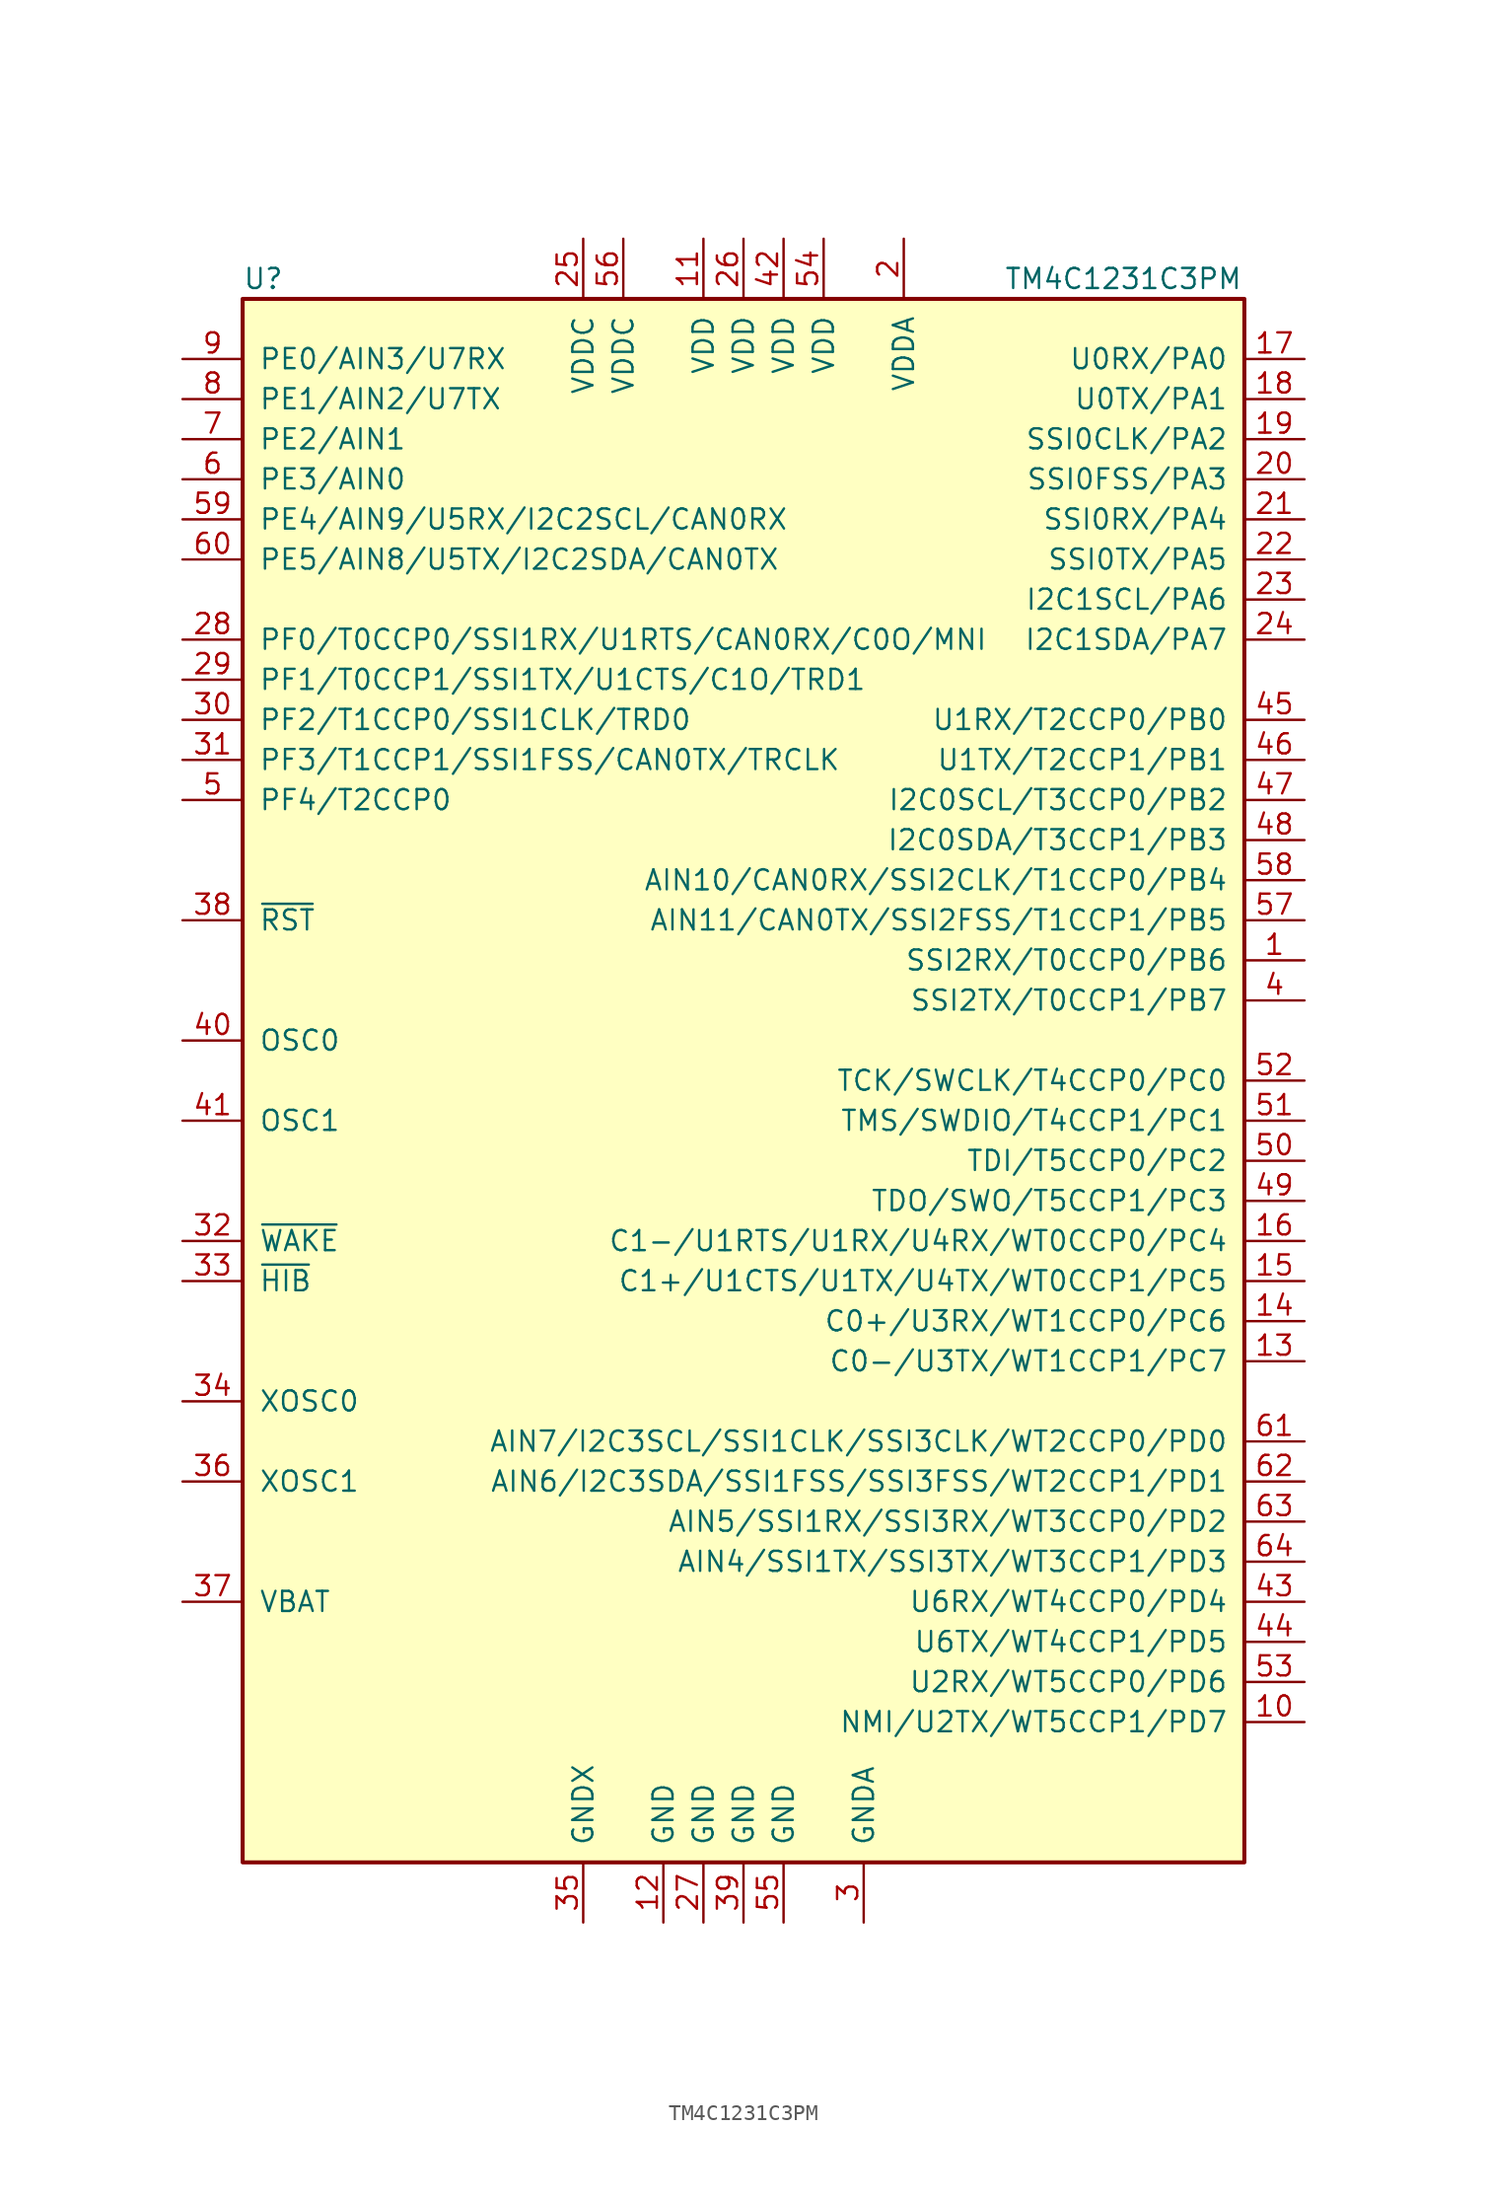
<source format=kicad_sym>
(kicad_symbol_lib
  (version 20231120)
  (generator "kicad_symbol_editor")
  (generator_version "8.0")
  (symbol "TM4C1231C3PM"
    (pin_names
      (offset 1.016))
    (property "Reference" "U"
      (at -31.75 50.8 0)
      (effects (font (size 1.27 1.27)) (justify left)))
    (property "Value" "TM4C1231C3PM"
      (at 16.51 50.8 0)
      (effects (font (size 1.27 1.27)) (justify left)))
    (symbol "TM4C1231C3PM_0_1"
      (rectangle (start -31.75 49.53) (end 31.75 -49.53) (stroke (width 0.254) (type default)) (fill (type background))))
    (symbol "TM4C1231C3PM_1_1"
      (pin bidirectional line (at 35.56 7.62 180) (length 3.81) (name "SSI2RX/T0CCP0/PB6" (effects (font (size 1.27 1.27)))) (number "1" (effects (font (size 1.27 1.27)))))
      (pin bidirectional line (at 35.56 -40.64 180) (length 3.81) (name "NMI/U2TX/WT5CCP1/PD7" (effects (font (size 1.27 1.27)))) (number "10" (effects (font (size 1.27 1.27)))))
      (pin power_in line (at -2.54 53.34 270) (length 3.81) (name "VDD" (effects (font (size 1.27 1.27)))) (number "11" (effects (font (size 1.27 1.27)))))
      (pin power_in line (at -5.08 -53.34 90) (length 3.81) (name "GND" (effects (font (size 1.27 1.27)))) (number "12" (effects (font (size 1.27 1.27)))))
      (pin bidirectional line (at 35.56 -17.78 180) (length 3.81) (name "C0-/U3TX/WT1CCP1/PC7" (effects (font (size 1.27 1.27)))) (number "13" (effects (font (size 1.27 1.27)))))
      (pin bidirectional line (at 35.56 -15.24 180) (length 3.81) (name "C0+/U3RX/WT1CCP0/PC6" (effects (font (size 1.27 1.27)))) (number "14" (effects (font (size 1.27 1.27)))))
      (pin bidirectional line (at 35.56 -12.7 180) (length 3.81) (name "C1+/U1CTS/U1TX/U4TX/WT0CCP1/PC5" (effects (font (size 1.27 1.27)))) (number "15" (effects (font (size 1.27 1.27)))))
      (pin bidirectional line (at 35.56 -10.16 180) (length 3.81) (name "C1-/U1RTS/U1RX/U4RX/WT0CCP0/PC4" (effects (font (size 1.27 1.27)))) (number "16" (effects (font (size 1.27 1.27)))))
      (pin bidirectional line (at 35.56 45.72 180) (length 3.81) (name "U0RX/PA0" (effects (font (size 1.27 1.27)))) (number "17" (effects (font (size 1.27 1.27)))))
      (pin bidirectional line (at 35.56 43.18 180) (length 3.81) (name "U0TX/PA1" (effects (font (size 1.27 1.27)))) (number "18" (effects (font (size 1.27 1.27)))))
      (pin bidirectional line (at 35.56 40.64 180) (length 3.81) (name "SSI0CLK/PA2" (effects (font (size 1.27 1.27)))) (number "19" (effects (font (size 1.27 1.27)))))
      (pin power_in line (at 10.16 53.34 270) (length 3.81) (name "VDDA" (effects (font (size 1.27 1.27)))) (number "2" (effects (font (size 1.27 1.27)))))
      (pin bidirectional line (at 35.56 38.1 180) (length 3.81) (name "SSI0FSS/PA3" (effects (font (size 1.27 1.27)))) (number "20" (effects (font (size 1.27 1.27)))))
      (pin bidirectional line (at 35.56 35.56 180) (length 3.81) (name "SSI0RX/PA4" (effects (font (size 1.27 1.27)))) (number "21" (effects (font (size 1.27 1.27)))))
      (pin bidirectional line (at 35.56 33.02 180) (length 3.81) (name "SSI0TX/PA5" (effects (font (size 1.27 1.27)))) (number "22" (effects (font (size 1.27 1.27)))))
      (pin bidirectional line (at 35.56 30.48 180) (length 3.81) (name "I2C1SCL/PA6" (effects (font (size 1.27 1.27)))) (number "23" (effects (font (size 1.27 1.27)))))
      (pin bidirectional line (at 35.56 27.94 180) (length 3.81) (name "I2C1SDA/PA7" (effects (font (size 1.27 1.27)))) (number "24" (effects (font (size 1.27 1.27)))))
      (pin power_in line (at -10.16 53.34 270) (length 3.81) (name "VDDC" (effects (font (size 1.27 1.27)))) (number "25" (effects (font (size 1.27 1.27)))))
      (pin power_in line (at 0 53.34 270) (length 3.81) (name "VDD" (effects (font (size 1.27 1.27)))) (number "26" (effects (font (size 1.27 1.27)))))
      (pin power_in line (at -2.54 -53.34 90) (length 3.81) (name "GND" (effects (font (size 1.27 1.27)))) (number "27" (effects (font (size 1.27 1.27)))))
      (pin bidirectional line (at -35.56 27.94 0) (length 3.81) (name "PF0/T0CCP0/SSI1RX/U1RTS/CAN0RX/C0O/MNI" (effects (font (size 1.27 1.27)))) (number "28" (effects (font (size 1.27 1.27)))))
      (pin bidirectional line (at -35.56 25.4 0) (length 3.81) (name "PF1/T0CCP1/SSI1TX/U1CTS/C1O/TRD1" (effects (font (size 1.27 1.27)))) (number "29" (effects (font (size 1.27 1.27)))))
      (pin power_in line (at 7.62 -53.34 90) (length 3.81) (name "GNDA" (effects (font (size 1.27 1.27)))) (number "3" (effects (font (size 1.27 1.27)))))
      (pin bidirectional line (at -35.56 22.86 0) (length 3.81) (name "PF2/T1CCP0/SSI1CLK/TRD0" (effects (font (size 1.27 1.27)))) (number "30" (effects (font (size 1.27 1.27)))))
      (pin bidirectional line (at -35.56 20.32 0) (length 3.81) (name "PF3/T1CCP1/SSI1FSS/CAN0TX/TRCLK" (effects (font (size 1.27 1.27)))) (number "31" (effects (font (size 1.27 1.27)))))
      (pin input line (at -35.56 -10.16 0) (length 3.81) (name "~{WAKE}" (effects (font (size 1.27 1.27)))) (number "32" (effects (font (size 1.27 1.27)))))
      (pin open_collector line (at -35.56 -12.7 0) (length 3.81) (name "~{HIB}" (effects (font (size 1.27 1.27)))) (number "33" (effects (font (size 1.27 1.27)))))
      (pin passive line (at -35.56 -20.32 0) (length 3.81) (name "XOSC0" (effects (font (size 1.27 1.27)))) (number "34" (effects (font (size 1.27 1.27)))))
      (pin power_in line (at -10.16 -53.34 90) (length 3.81) (name "GNDX" (effects (font (size 1.27 1.27)))) (number "35" (effects (font (size 1.27 1.27)))))
      (pin passive line (at -35.56 -25.4 0) (length 3.81) (name "XOSC1" (effects (font (size 1.27 1.27)))) (number "36" (effects (font (size 1.27 1.27)))))
      (pin passive line (at -35.56 -33.02 0) (length 3.81) (name "VBAT" (effects (font (size 1.27 1.27)))) (number "37" (effects (font (size 1.27 1.27)))))
      (pin input line (at -35.56 10.16 0) (length 3.81) (name "~{RST}" (effects (font (size 1.27 1.27)))) (number "38" (effects (font (size 1.27 1.27)))))
      (pin bidirectional line (at 0 -53.34 90) (length 3.81) (name "GND" (effects (font (size 1.27 1.27)))) (number "39" (effects (font (size 1.27 1.27)))))
      (pin bidirectional line (at 35.56 5.08 180) (length 3.81) (name "SSI2TX/T0CCP1/PB7" (effects (font (size 1.27 1.27)))) (number "4" (effects (font (size 1.27 1.27)))))
      (pin passive line (at -35.56 2.54 0) (length 3.81) (name "OSC0" (effects (font (size 1.27 1.27)))) (number "40" (effects (font (size 1.27 1.27)))))
      (pin passive line (at -35.56 -2.54 0) (length 3.81) (name "OSC1" (effects (font (size 1.27 1.27)))) (number "41" (effects (font (size 1.27 1.27)))))
      (pin power_in line (at 2.54 53.34 270) (length 3.81) (name "VDD" (effects (font (size 1.27 1.27)))) (number "42" (effects (font (size 1.27 1.27)))))
      (pin bidirectional line (at 35.56 -33.02 180) (length 3.81) (name "U6RX/WT4CCP0/PD4" (effects (font (size 1.27 1.27)))) (number "43" (effects (font (size 1.27 1.27)))))
      (pin bidirectional line (at 35.56 -35.56 180) (length 3.81) (name "U6TX/WT4CCP1/PD5" (effects (font (size 1.27 1.27)))) (number "44" (effects (font (size 1.27 1.27)))))
      (pin bidirectional line (at 35.56 22.86 180) (length 3.81) (name "U1RX/T2CCP0/PB0" (effects (font (size 1.27 1.27)))) (number "45" (effects (font (size 1.27 1.27)))))
      (pin bidirectional line (at 35.56 20.32 180) (length 3.81) (name "U1TX/T2CCP1/PB1" (effects (font (size 1.27 1.27)))) (number "46" (effects (font (size 1.27 1.27)))))
      (pin bidirectional line (at 35.56 17.78 180) (length 3.81) (name "I2C0SCL/T3CCP0/PB2" (effects (font (size 1.27 1.27)))) (number "47" (effects (font (size 1.27 1.27)))))
      (pin bidirectional line (at 35.56 15.24 180) (length 3.81) (name "I2C0SDA/T3CCP1/PB3" (effects (font (size 1.27 1.27)))) (number "48" (effects (font (size 1.27 1.27)))))
      (pin bidirectional line (at 35.56 -7.62 180) (length 3.81) (name "TDO/SWO/T5CCP1/PC3" (effects (font (size 1.27 1.27)))) (number "49" (effects (font (size 1.27 1.27)))))
      (pin bidirectional line (at -35.56 17.78 0) (length 3.81) (name "PF4/T2CCP0" (effects (font (size 1.27 1.27)))) (number "5" (effects (font (size 1.27 1.27)))))
      (pin bidirectional line (at 35.56 -5.08 180) (length 3.81) (name "TDI/T5CCP0/PC2" (effects (font (size 1.27 1.27)))) (number "50" (effects (font (size 1.27 1.27)))))
      (pin bidirectional line (at 35.56 -2.54 180) (length 3.81) (name "TMS/SWDIO/T4CCP1/PC1" (effects (font (size 1.27 1.27)))) (number "51" (effects (font (size 1.27 1.27)))))
      (pin bidirectional line (at 35.56 0 180) (length 3.81) (name "TCK/SWCLK/T4CCP0/PC0" (effects (font (size 1.27 1.27)))) (number "52" (effects (font (size 1.27 1.27)))))
      (pin bidirectional line (at 35.56 -38.1 180) (length 3.81) (name "U2RX/WT5CCP0/PD6" (effects (font (size 1.27 1.27)))) (number "53" (effects (font (size 1.27 1.27)))))
      (pin power_in line (at 5.08 53.34 270) (length 3.81) (name "VDD" (effects (font (size 1.27 1.27)))) (number "54" (effects (font (size 1.27 1.27)))))
      (pin power_in line (at 2.54 -53.34 90) (length 3.81) (name "GND" (effects (font (size 1.27 1.27)))) (number "55" (effects (font (size 1.27 1.27)))))
      (pin power_in line (at -7.62 53.34 270) (length 3.81) (name "VDDC" (effects (font (size 1.27 1.27)))) (number "56" (effects (font (size 1.27 1.27)))))
      (pin bidirectional line (at 35.56 10.16 180) (length 3.81) (name "AIN11/CAN0TX/SSI2FSS/T1CCP1/PB5" (effects (font (size 1.27 1.27)))) (number "57" (effects (font (size 1.27 1.27)))))
      (pin bidirectional line (at 35.56 12.7 180) (length 3.81) (name "AIN10/CAN0RX/SSI2CLK/T1CCP0/PB4" (effects (font (size 1.27 1.27)))) (number "58" (effects (font (size 1.27 1.27)))))
      (pin bidirectional line (at -35.56 35.56 0) (length 3.81) (name "PE4/AIN9/U5RX/I2C2SCL/CAN0RX" (effects (font (size 1.27 1.27)))) (number "59" (effects (font (size 1.27 1.27)))))
      (pin bidirectional line (at -35.56 38.1 0) (length 3.81) (name "PE3/AIN0" (effects (font (size 1.27 1.27)))) (number "6" (effects (font (size 1.27 1.27)))))
      (pin bidirectional line (at -35.56 33.02 0) (length 3.81) (name "PE5/AIN8/U5TX/I2C2SDA/CAN0TX" (effects (font (size 1.27 1.27)))) (number "60" (effects (font (size 1.27 1.27)))))
      (pin bidirectional line (at 35.56 -22.86 180) (length 3.81) (name "AIN7/I2C3SCL/SSI1CLK/SSI3CLK/WT2CCP0/PD0" (effects (font (size 1.27 1.27)))) (number "61" (effects (font (size 1.27 1.27)))))
      (pin bidirectional line (at 35.56 -25.4 180) (length 3.81) (name "AIN6/I2C3SDA/SSI1FSS/SSI3FSS/WT2CCP1/PD1" (effects (font (size 1.27 1.27)))) (number "62" (effects (font (size 1.27 1.27)))))
      (pin bidirectional line (at 35.56 -27.94 180) (length 3.81) (name "AIN5/SSI1RX/SSI3RX/WT3CCP0/PD2" (effects (font (size 1.27 1.27)))) (number "63" (effects (font (size 1.27 1.27)))))
      (pin bidirectional line (at 35.56 -30.48 180) (length 3.81) (name "AIN4/SSI1TX/SSI3TX/WT3CCP1/PD3" (effects (font (size 1.27 1.27)))) (number "64" (effects (font (size 1.27 1.27)))))
      (pin bidirectional line (at -35.56 40.64 0) (length 3.81) (name "PE2/AIN1" (effects (font (size 1.27 1.27)))) (number "7" (effects (font (size 1.27 1.27)))))
      (pin bidirectional line (at -35.56 43.18 0) (length 3.81) (name "PE1/AIN2/U7TX" (effects (font (size 1.27 1.27)))) (number "8" (effects (font (size 1.27 1.27)))))
      (pin bidirectional line (at -35.56 45.72 0) (length 3.81) (name "PE0/AIN3/U7RX" (effects (font (size 1.27 1.27)))) (number "9" (effects (font (size 1.27 1.27))))))))
</source>
